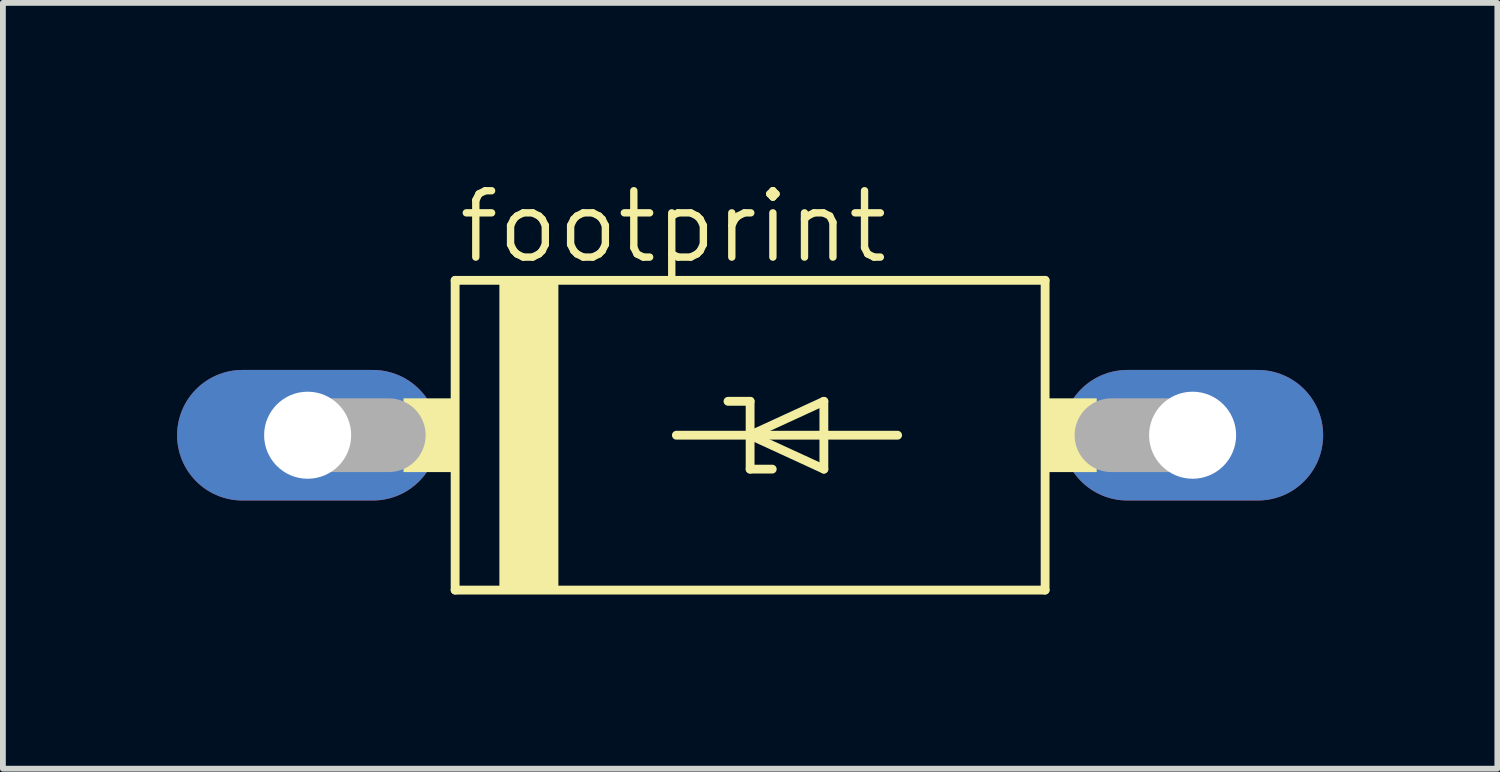
<source format=kicad_pcb>
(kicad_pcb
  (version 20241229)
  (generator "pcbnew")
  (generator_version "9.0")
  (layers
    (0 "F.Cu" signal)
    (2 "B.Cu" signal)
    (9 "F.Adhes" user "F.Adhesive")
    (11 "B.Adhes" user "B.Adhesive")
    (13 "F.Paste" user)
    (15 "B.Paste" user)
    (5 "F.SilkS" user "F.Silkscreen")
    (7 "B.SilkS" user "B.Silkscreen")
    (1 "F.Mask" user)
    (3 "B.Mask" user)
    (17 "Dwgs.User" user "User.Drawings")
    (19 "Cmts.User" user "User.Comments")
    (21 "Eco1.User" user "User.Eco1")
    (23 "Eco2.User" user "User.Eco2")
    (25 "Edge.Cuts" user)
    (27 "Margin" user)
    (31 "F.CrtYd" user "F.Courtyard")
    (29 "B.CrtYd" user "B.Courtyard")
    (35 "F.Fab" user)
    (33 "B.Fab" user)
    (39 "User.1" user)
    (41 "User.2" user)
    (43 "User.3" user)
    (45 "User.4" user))
  (footprint "footprint"
    (layer "F.Cu")
    (at 9.868 4.445)
    (property "Reference" "footprint" (at -5.08 -2.921 0) (layer "F.SilkS") (effects (font (size 1.143 1.143) (thickness 0.127)) (justify left bottom)))
    (fp_line (start -5.08 -2.667) (end 5.08 -2.667) (stroke (width 0.152) (type solid)) (layer "F.SilkS"))
    (fp_line (start -5.08 2.667) (end -5.08 -2.667) (stroke (width 0.152) (type solid)) (layer "F.SilkS"))
    (fp_line (start -1.27 0) (end 0 0) (stroke (width 0.152) (type solid)) (layer "F.SilkS"))
    (fp_line (start -0.381 -0.584) (end 0 -0.584) (stroke (width 0.152) (type solid)) (layer "F.SilkS"))
    (fp_line (start 0 -0.584) (end 0 0) (stroke (width 0.152) (type solid)) (layer "F.SilkS"))
    (fp_line (start 0 0) (end 0 0.584) (stroke (width 0.152) (type solid)) (layer "F.SilkS"))
    (fp_line (start 0 0) (end 1.27 -0.584) (stroke (width 0.152) (type solid)) (layer "F.SilkS"))
    (fp_line (start 0 0) (end 2.54 0) (stroke (width 0.152) (type solid)) (layer "F.SilkS"))
    (fp_line (start 0 0.584) (end 0.381 0.584) (stroke (width 0.152) (type solid)) (layer "F.SilkS"))
    (fp_line (start 1.27 -0.584) (end 1.27 0.584) (stroke (width 0.152) (type solid)) (layer "F.SilkS"))
    (fp_line (start 1.27 0.584) (end 0 0) (stroke (width 0.152) (type solid)) (layer "F.SilkS"))
    (fp_line (start 5.08 -2.667) (end 5.08 2.667) (stroke (width 0.152) (type solid)) (layer "F.SilkS"))
    (fp_line (start 5.08 2.667) (end -5.08 2.667) (stroke (width 0.152) (type solid)) (layer "F.SilkS"))
    (fp_poly (pts (xy -5.969 0.635) (xy -5.08 0.635) (xy -5.08 -0.635) (xy -5.969 -0.635)) (stroke (width 0) (type solid)) (fill yes) (layer "F.SilkS"))
    (fp_poly (pts (xy -4.318 2.667) (xy -3.302 2.667) (xy -3.302 -2.667) (xy -4.318 -2.667)) (stroke (width 0) (type solid)) (fill yes) (layer "F.SilkS"))
    (fp_poly (pts (xy 5.08 0.635) (xy 5.969 0.635) (xy 5.969 -0.635) (xy 5.08 -0.635)) (stroke (width 0) (type solid)) (fill yes) (layer "F.SilkS"))
    (fp_line (start -7.62 0) (end -6.223 0) (stroke (width 1.27) (type solid)) (layer "F.Fab"))
    (fp_line (start 7.62 0) (end 6.223 0) (stroke (width 1.27) (type solid)) (layer "F.Fab"))
    (pad "A" thru_hole oval (at 7.62 0) (size 4.496 2.248) (drill 1.499) (layers "*.Cu" "*.Mask"))
    (pad "C" thru_hole oval (at -7.62 0) (size 4.496 2.248) (drill 1.499) (layers "*.Cu" "*.Mask")))
  (gr_rect
    (start -3 -3)
    (end 22.736 10.188)
    (stroke (width 0.1) (type default))
    (fill no)
    (layer "Edge.Cuts")))
</source>
